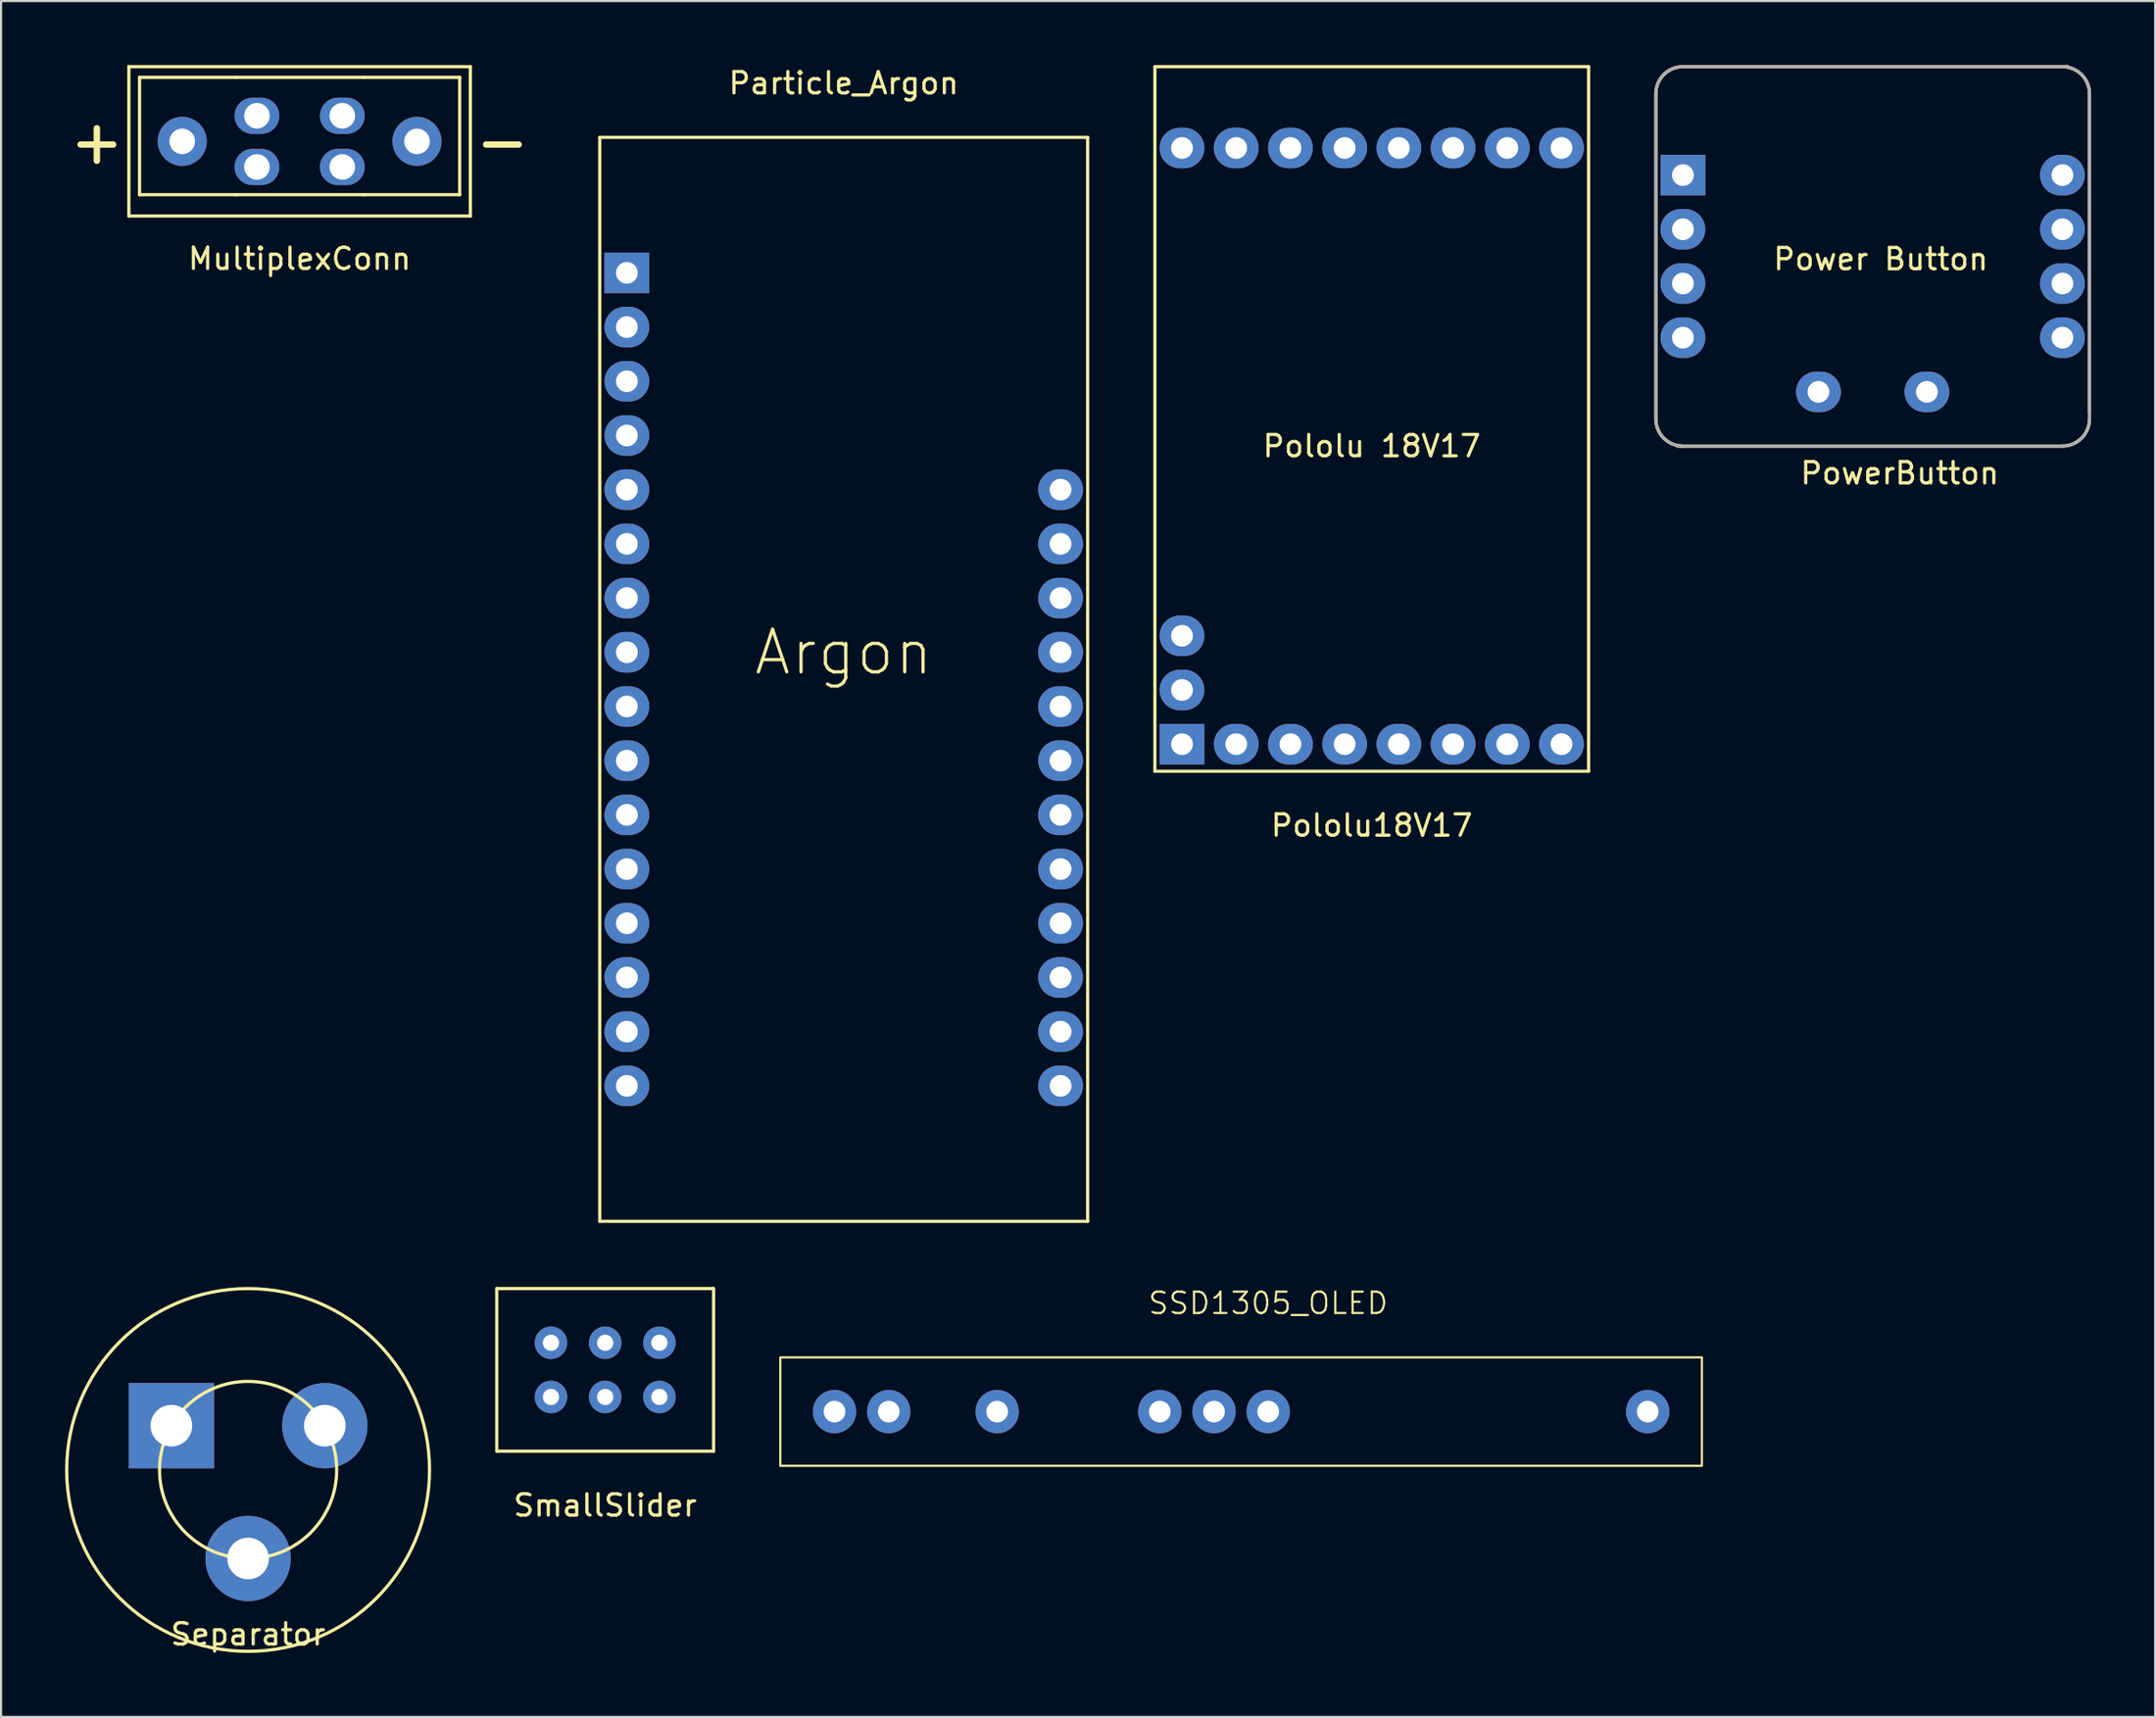
<source format=kicad_pcb>
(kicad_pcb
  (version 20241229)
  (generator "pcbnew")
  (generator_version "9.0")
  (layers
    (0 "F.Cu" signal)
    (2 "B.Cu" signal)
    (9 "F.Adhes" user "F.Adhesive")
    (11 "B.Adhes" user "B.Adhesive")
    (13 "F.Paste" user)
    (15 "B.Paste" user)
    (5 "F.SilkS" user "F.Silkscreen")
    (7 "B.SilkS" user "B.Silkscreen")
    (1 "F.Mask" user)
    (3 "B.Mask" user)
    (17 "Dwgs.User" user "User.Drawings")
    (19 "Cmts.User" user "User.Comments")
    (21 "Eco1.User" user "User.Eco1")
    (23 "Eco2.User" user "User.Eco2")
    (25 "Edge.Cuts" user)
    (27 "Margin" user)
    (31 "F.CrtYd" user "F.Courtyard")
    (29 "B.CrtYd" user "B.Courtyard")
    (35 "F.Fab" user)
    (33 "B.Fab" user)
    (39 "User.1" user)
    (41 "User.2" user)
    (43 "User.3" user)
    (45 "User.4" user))
  (footprint "Separator"
    (layer "F.Cu")
    (at 8.575 65.838)
    (property "Reference" "Separator" (at 0 7.7 0) (layer "F.SilkS") (effects (font (size 1 1) (thickness 0.15))))
    (attr through_hole)
    (fp_circle (center 0 0) (end 4.15 -0.02) (stroke (width 0.15) (type solid)) (fill no) (layer "F.SilkS"))
    (fp_circle (center 0 0) (end 8.5 0) (stroke (width 0.15) (type solid)) (fill no) (layer "F.SilkS"))
    (pad "A" thru_hole rect (at -3.594 -2.075) (size 4 4) (drill 1.95) (layers "*.Cu" "*.Mask"))
    (pad "C1" thru_hole circle (at 0 4.15) (size 4 4) (drill 1.95) (layers "*.Cu" "*.Mask"))
    (pad "C2" thru_hole circle (at 3.594 -2.075) (size 4 4) (drill 1.95) (layers "*.Cu" "*.Mask")))
  (footprint "Pololu18V17"
    (layer "F.Cu")
    (at 61.221 17.855)
    (property "Reference" "Pololu18V17" (at 0 17.78 0) (layer "F.SilkS") (effects (font (size 1 1) (thickness 0.15))))
    (attr through_hole)
    (fp_line (start -10.16 -17.78) (end 10.16 -17.78) (stroke (width 0.15) (type solid)) (layer "F.SilkS"))
    (fp_line (start -10.16 15.24) (end -10.16 -17.78) (stroke (width 0.15) (type solid)) (layer "F.SilkS"))
    (fp_line (start 10.16 -17.78) (end 10.16 15.24) (stroke (width 0.15) (type solid)) (layer "F.SilkS"))
    (fp_line (start 10.16 15.24) (end -10.16 15.24) (stroke (width 0.15) (type solid)) (layer "F.SilkS"))
    (fp_text user "Pololu 18V17" (at 0 0 0) (layer "F.SilkS") (effects (font (size 1 1) (thickness 0.15))))
    (pad "1" thru_hole rect (at -8.89 13.97) (size 2.1 1.9) (drill 1.02) (layers "*.Cu" "*.Mask"))
    (pad "2" thru_hole oval (at -6.35 13.97) (size 2.1 1.9) (drill 1.02) (layers "*.Cu" "*.Mask"))
    (pad "3" thru_hole oval (at -3.81 13.97) (size 2.1 1.9) (drill 1.02) (layers "*.Cu" "*.Mask"))
    (pad "4" thru_hole oval (at -1.27 13.97) (size 2.1 1.9) (drill 1.02) (layers "*.Cu" "*.Mask"))
    (pad "5" thru_hole oval (at 1.27 13.97) (size 2.1 1.9) (drill 1.02) (layers "*.Cu" "*.Mask"))
    (pad "6" thru_hole oval (at 3.81 13.97) (size 2.1 1.9) (drill 1.02) (layers "*.Cu" "*.Mask"))
    (pad "7" thru_hole oval (at 6.35 13.97) (size 2.1 1.9) (drill 1.02) (layers "*.Cu" "*.Mask"))
    (pad "8" thru_hole oval (at 8.89 13.97) (size 2.1 1.9) (drill 1.02) (layers "*.Cu" "*.Mask"))
    (pad "9" thru_hole oval (at 8.89 -13.97) (size 2.1 1.9) (drill 1.02) (layers "*.Cu" "*.Mask"))
    (pad "10" thru_hole oval (at 6.35 -13.97) (size 2.1 1.9) (drill 1.02) (layers "*.Cu" "*.Mask"))
    (pad "11" thru_hole oval (at 3.81 -13.97) (size 2.1 1.9) (drill 1.02) (layers "*.Cu" "*.Mask"))
    (pad "12" thru_hole oval (at 1.27 -13.97) (size 2.1 1.9) (drill 1.02) (layers "*.Cu" "*.Mask"))
    (pad "13" thru_hole oval (at -1.27 -13.97) (size 2.1 1.9) (drill 1.02) (layers "*.Cu" "*.Mask"))
    (pad "14" thru_hole oval (at -3.81 -13.97) (size 2.1 1.9) (drill 1.02) (layers "*.Cu" "*.Mask"))
    (pad "15" thru_hole oval (at -6.35 -13.97) (size 2.1 1.9) (drill 1.02) (layers "*.Cu" "*.Mask"))
    (pad "16" thru_hole oval (at -8.89 -13.97) (size 2.1 1.9) (drill 1.02) (layers "*.Cu" "*.Mask"))
    (pad "17" thru_hole oval (at -8.89 8.89) (size 2.1 1.9) (drill 1.02) (layers "*.Cu" "*.Mask"))
    (pad "18" thru_hole oval (at -8.89 11.43) (size 2.1 1.9) (drill 1.02) (layers "*.Cu" "*.Mask")))
  (footprint "SSD1305_OLED"
    (layer "F.Cu")
    (at 36.05 63.104)
    (property "Reference" "SSD1305_OLED" (at 20.32 -5.08 0) (unlocked yes) (layer "F.SilkS") (effects (font (size 1 1) (thickness 0.1))))
    (attr through_hole)
    (fp_rect (start -2.54 2.54) (end 40.64 -2.54) (stroke (width 0.1) (type default)) (fill no) (layer "F.SilkS"))
    (pad "1" thru_hole circle (at 0 0) (size 2.032 2.032) (drill 1.016) (layers "*.Cu" "*.Mask"))
    (pad "2" thru_hole circle (at 2.54 0) (size 2.032 2.032) (drill 1.016) (layers "*.Cu" "*.Mask"))
    (pad "4" thru_hole circle (at 7.62 0) (size 2.032 2.032) (drill 1.016) (layers "*.Cu" "*.Mask"))
    (pad "7" thru_hole circle (at 15.24 0) (size 2.032 2.032) (drill 1.016) (layers "*.Cu" "*.Mask"))
    (pad "8" thru_hole circle (at 17.78 0) (size 2.032 2.032) (drill 1.016) (layers "*.Cu" "*.Mask"))
    (pad "9" thru_hole circle (at 20.32 0 270) (size 2.032 2.032) (drill 1.016) (layers "*.Cu" "*.Mask"))
    (pad "16" thru_hole circle (at 38.1 0 270) (size 2.032 2.032) (drill 1.016) (layers "*.Cu" "*.Mask")))
  (footprint "PowerButton"
    (layer "F.Cu")
    (at 75.801 10.235)
    (property "Reference" "PowerButton" (at 10.16 8.89 0) (layer "F.SilkS") (effects (font (size 1 1) (thickness 0.15))))
    (attr through_hole)
    (fp_line (start -1.27 6.35) (end -1.27 -8.89) (stroke (width 0.15) (type solid)) (layer "F.SilkS"))
    (fp_line (start 0 -10.16) (end 18.034 -10.16) (stroke (width 0.15) (type solid)) (layer "F.SilkS"))
    (fp_line (start 17.78 7.62) (end -0.254 7.62) (stroke (width 0.15) (type solid)) (layer "F.SilkS"))
    (fp_line (start 19.05 -8.89) (end 19.05 6.096) (stroke (width 0.15) (type solid)) (layer "F.SilkS"))
    (fp_arc (start -1.27 -8.89) (mid -0.898026 -9.788026) (end 0 -10.16) (stroke (width 0.15) (type solid)) (layer "F.SilkS"))
    (fp_arc (start 0 7.62) (mid -0.898026 7.248026) (end -1.27 6.35) (stroke (width 0.15) (type solid)) (layer "F.SilkS"))
    (fp_arc (start 17.78 -10.16) (mid 18.678026 -9.788026) (end 19.05 -8.89) (stroke (width 0.15) (type solid)) (layer "F.SilkS"))
    (fp_arc (start 19.05 6.35) (mid 18.678026 7.248026) (end 17.78 7.62) (stroke (width 0.15) (type solid)) (layer "F.SilkS"))
    (fp_line (start -1.27 -8.89) (end -1.27 6.35) (stroke (width 0.15) (type solid)) (layer "F.Fab"))
    (fp_line (start 0 7.62) (end 17.78 7.62) (stroke (width 0.15) (type solid)) (layer "F.Fab"))
    (fp_line (start 17.78 -10.16) (end 0 -10.16) (stroke (width 0.15) (type solid)) (layer "F.Fab"))
    (fp_line (start 19.05 6.35) (end 19.05 -8.89) (stroke (width 0.15) (type solid)) (layer "F.Fab"))
    (fp_arc (start -1.27 -8.89) (mid -0.898026 -9.788026) (end 0 -10.16) (stroke (width 0.15) (type solid)) (layer "F.Fab"))
    (fp_arc (start 0 7.62) (mid -0.898026 7.248026) (end -1.27 6.35) (stroke (width 0.15) (type solid)) (layer "F.Fab"))
    (fp_arc (start 17.78 -10.16) (mid 18.678026 -9.788026) (end 19.05 -8.89) (stroke (width 0.15) (type solid)) (layer "F.Fab"))
    (fp_arc (start 19.05 6.35) (mid 18.678026 7.248026) (end 17.78 7.62) (stroke (width 0.15) (type solid)) (layer "F.Fab"))
    (fp_text user "Power Button" (at 9.271 -1.143 0) (layer "F.SilkS") (effects (font (size 1 1) (thickness 0.15))))
    (pad "1" thru_hole rect (at 0 -5.08) (size 2.1 1.9) (drill 1.02) (layers "*.Cu" "*.Mask"))
    (pad "2" thru_hole oval (at 0 -2.54) (size 2.1 1.9) (drill 1.02) (layers "*.Cu" "*.Mask"))
    (pad "3" thru_hole oval (at 0 0) (size 2.1 1.9) (drill 1.02) (layers "*.Cu" "*.Mask"))
    (pad "4" thru_hole oval (at 0 2.54) (size 2.1 1.9) (drill 1.02) (layers "*.Cu" "*.Mask"))
    (pad "5" thru_hole oval (at 17.78 2.54) (size 2.1 1.9) (drill 1.02) (layers "*.Cu" "*.Mask"))
    (pad "6" thru_hole oval (at 17.78 0) (size 2.1 1.9) (drill 1.02) (layers "*.Cu" "*.Mask"))
    (pad "7" thru_hole oval (at 17.78 -2.54) (size 2.1 1.9) (drill 1.02) (layers "*.Cu" "*.Mask"))
    (pad "8" thru_hole oval (at 17.78 -5.08) (size 2.1 1.9) (drill 1.02) (layers "*.Cu" "*.Mask"))
    (pad "9" thru_hole oval (at 11.43 5.08) (size 2.1 1.9) (drill 1.02) (layers "*.Cu" "*.Mask"))
    (pad "10" thru_hole oval (at 6.35 5.08) (size 2.1 1.9) (drill 1.02) (layers "*.Cu" "*.Mask")))
  (footprint "MultiplexConn"
    (layer "F.Cu")
    (at 10.988 3.575)
    (property "Reference" "MultiplexConn" (at 0 5.5 0) (layer "F.SilkS") (effects (font (size 1 1) (thickness 0.15))))
    (attr through_hole)
    (fp_line (start -8 -3.5) (end 8 -3.5) (stroke (width 0.15) (type solid)) (layer "F.SilkS"))
    (fp_line (start -8 3.5) (end -8 -3.5) (stroke (width 0.15) (type solid)) (layer "F.SilkS"))
    (fp_line (start -7.5 -3) (end -3 -3) (stroke (width 0.15) (type solid)) (layer "F.SilkS"))
    (fp_line (start -7.5 2.5) (end -7.5 -3) (stroke (width 0.15) (type solid)) (layer "F.SilkS"))
    (fp_line (start -3 -3) (end 3 -3) (stroke (width 0.15) (type solid)) (layer "F.SilkS"))
    (fp_line (start -3 2.5) (end -7.5 2.5) (stroke (width 0.15) (type solid)) (layer "F.SilkS"))
    (fp_line (start -3 2.5) (end 3 2.5) (stroke (width 0.15) (type solid)) (layer "F.SilkS"))
    (fp_line (start 7.5 -3) (end 3 -3) (stroke (width 0.15) (type solid)) (layer "F.SilkS"))
    (fp_line (start 7.5 -3) (end 7.5 2.5) (stroke (width 0.15) (type solid)) (layer "F.SilkS"))
    (fp_line (start 7.5 2.5) (end 3 2.5) (stroke (width 0.15) (type solid)) (layer "F.SilkS"))
    (fp_line (start 8 -3.5) (end 8 3.5) (stroke (width 0.15) (type solid)) (layer "F.SilkS"))
    (fp_line (start 8 3.5) (end -8 3.5) (stroke (width 0.15) (type solid)) (layer "F.SilkS"))
    (fp_text user "+" (at -9.5 0 0) (layer "F.SilkS") (effects (font (size 2 2) (thickness 0.3))))
    (fp_text user "-" (at 9.5 0 0) (layer "F.SilkS") (effects (font (size 2 2) (thickness 0.3))))
    (pad "1" thru_hole oval (at 5.5 0) (size 2.3 2.3) (drill oval 1.2) (layers "*.Cu" "*.Mask"))
    (pad "2" thru_hole oval (at 2 -1.2 180) (size 2.1 1.7) (drill oval 1.2) (layers "*.Cu" "*.Mask"))
    (pad "3" thru_hole oval (at 2 1.2) (size 2.1 1.7) (drill oval 1.2) (layers "*.Cu" "*.Mask"))
    (pad "4" thru_hole oval (at -5.5 0) (size 2.3 2.3) (drill oval 1.2) (layers "*.Cu" "*.Mask"))
    (pad "5" thru_hole oval (at -2 1.2) (size 2.1 1.7) (drill oval 1.2) (layers "*.Cu" "*.Mask"))
    (pad "6" thru_hole oval (at -2 -1.2) (size 2.1 1.7) (drill oval 1.2) (layers "*.Cu" "*.Mask")))
  (footprint "Particle_Argon"
    (layer "F.Cu")
    (at 36.481 30.058)
    (property "Reference" "Particle_Argon" (at 0 -29.21 0) (layer "F.SilkS") (effects (font (size 1 1) (thickness 0.15))))
    (attr through_hole)
    (fp_line (start -11.43 -26.67) (end 11.43 -26.67) (stroke (width 0.15) (type solid)) (layer "F.SilkS"))
    (fp_line (start -11.43 24.13) (end -11.43 -26.67) (stroke (width 0.15) (type solid)) (layer "F.SilkS"))
    (fp_line (start 11.43 -26.67) (end 11.43 24.13) (stroke (width 0.15) (type solid)) (layer "F.SilkS"))
    (fp_line (start 11.43 24.13) (end -11.43 24.13) (stroke (width 0.15) (type solid)) (layer "F.SilkS"))
    (fp_text user "Argon" (at 0 -2.54 0) (layer "F.SilkS") (effects (font (size 2 2) (thickness 0.15))))
    (pad "1" thru_hole rect (at -10.16 -20.32) (size 2.1 1.9) (drill 1.02) (layers "*.Cu" "*.Mask"))
    (pad "2" thru_hole oval (at -10.16 -17.78) (size 2.1 1.9) (drill 1.02) (layers "*.Cu" "*.Mask"))
    (pad "3" thru_hole oval (at -10.16 -15.24) (size 2.1 1.9) (drill 1.02) (layers "*.Cu" "*.Mask"))
    (pad "4" thru_hole oval (at -10.16 -12.7) (size 2.1 1.9) (drill 1.02) (layers "*.Cu" "*.Mask"))
    (pad "5" thru_hole oval (at -10.16 -10.16) (size 2.1 1.9) (drill 1.02) (layers "*.Cu" "*.Mask"))
    (pad "6" thru_hole oval (at -10.16 -7.62) (size 2.1 1.9) (drill 1.02) (layers "*.Cu" "*.Mask"))
    (pad "7" thru_hole oval (at -10.16 -5.08) (size 2.1 1.9) (drill 1.02) (layers "*.Cu" "*.Mask"))
    (pad "8" thru_hole oval (at -10.16 -2.54) (size 2.1 1.9) (drill 1.02) (layers "*.Cu" "*.Mask"))
    (pad "9" thru_hole oval (at -10.16 0) (size 2.1 1.9) (drill 1.02) (layers "*.Cu" "*.Mask"))
    (pad "10" thru_hole oval (at -10.16 2.54) (size 2.1 1.9) (drill 1.02) (layers "*.Cu" "*.Mask"))
    (pad "11" thru_hole oval (at -10.16 5.08) (size 2.1 1.9) (drill 1.02) (layers "*.Cu" "*.Mask"))
    (pad "12" thru_hole oval (at -10.16 7.62) (size 2.1 1.9) (drill 1.02) (layers "*.Cu" "*.Mask"))
    (pad "13" thru_hole oval (at -10.16 10.16) (size 2.1 1.9) (drill 1.02) (layers "*.Cu" "*.Mask"))
    (pad "14" thru_hole oval (at -10.16 12.7) (size 2.1 1.9) (drill 1.02) (layers "*.Cu" "*.Mask"))
    (pad "15" thru_hole oval (at -10.16 15.24) (size 2.1 1.9) (drill 1.02) (layers "*.Cu" "*.Mask"))
    (pad "16" thru_hole oval (at -10.16 17.78) (size 2.1 1.9) (drill 1.02) (layers "*.Cu" "*.Mask"))
    (pad "17" thru_hole oval (at 10.16 17.78) (size 2.1 1.9) (drill 1.02) (layers "*.Cu" "*.Mask"))
    (pad "18" thru_hole oval (at 10.16 15.24) (size 2.1 1.9) (drill 1.02) (layers "*.Cu" "*.Mask"))
    (pad "19" thru_hole oval (at 10.16 12.7) (size 2.1 1.9) (drill 1.02) (layers "*.Cu" "*.Mask"))
    (pad "20" thru_hole oval (at 10.16 10.16) (size 2.1 1.9) (drill 1.02) (layers "*.Cu" "*.Mask"))
    (pad "21" thru_hole oval (at 10.16 7.62) (size 2.1 1.9) (drill 1.02) (layers "*.Cu" "*.Mask"))
    (pad "22" thru_hole oval (at 10.16 5.08) (size 2.1 1.9) (drill 1.02) (layers "*.Cu" "*.Mask"))
    (pad "23" thru_hole oval (at 10.16 2.54) (size 2.1 1.9) (drill 1.02) (layers "*.Cu" "*.Mask"))
    (pad "24" thru_hole oval (at 10.16 0) (size 2.1 1.9) (drill 1.02) (layers "*.Cu" "*.Mask"))
    (pad "25" thru_hole oval (at 10.16 -2.54) (size 2.1 1.9) (drill 1.02) (layers "*.Cu" "*.Mask"))
    (pad "26" thru_hole oval (at 10.16 -5.08) (size 2.1 1.9) (drill 1.02) (layers "*.Cu" "*.Mask"))
    (pad "27" thru_hole oval (at 10.16 -7.62) (size 2.1 1.9) (drill 1.02) (layers "*.Cu" "*.Mask"))
    (pad "28" thru_hole oval (at 10.16 -10.16) (size 2.1 1.9) (drill 1.02) (layers "*.Cu" "*.Mask")))
  (footprint "SmallSlider"
    (layer "F.Cu")
    (at 25.305 59.878)
    (property "Reference" "SmallSlider" (at 0 7.62 0) (layer "F.SilkS") (effects (font (size 1 1) (thickness 0.15))))
    (attr through_hole)
    (fp_line (start -5.08 -2.54) (end 5.08 -2.54) (stroke (width 0.15) (type solid)) (layer "F.SilkS"))
    (fp_line (start -5.08 5.08) (end -5.08 -2.54) (stroke (width 0.15) (type solid)) (layer "F.SilkS"))
    (fp_line (start 5.08 -2.54) (end 5.08 5.08) (stroke (width 0.15) (type solid)) (layer "F.SilkS"))
    (fp_line (start 5.08 5.08) (end -5.08 5.08) (stroke (width 0.15) (type solid)) (layer "F.SilkS"))
    (pad "1" thru_hole circle (at -2.54 2.54) (size 1.524 1.524) (drill 0.762) (layers "*.Cu" "*.Mask"))
    (pad "2" thru_hole circle (at 0 2.54) (size 1.524 1.524) (drill 0.762) (layers "*.Cu" "*.Mask"))
    (pad "3" thru_hole circle (at -2.54 0) (size 1.524 1.524) (drill 0.762) (layers "*.Cu" "*.Mask"))
    (pad "4" thru_hole circle (at 0 0) (size 1.524 1.524) (drill 0.762) (layers "*.Cu" "*.Mask"))
    (pad "5" thru_hole circle (at 2.54 2.54) (size 1.524 1.524) (drill 0.762) (layers "*.Cu" "*.Mask"))
    (pad "6" thru_hole circle (at 2.54 0) (size 1.524 1.524) (drill 0.762) (layers "*.Cu" "*.Mask")))
  (gr_rect
    (start -3 -3)
    (end 97.926 77.413)
    (stroke (width 0.1) (type default))
    (fill no)
    (layer "Edge.Cuts")))
</source>
